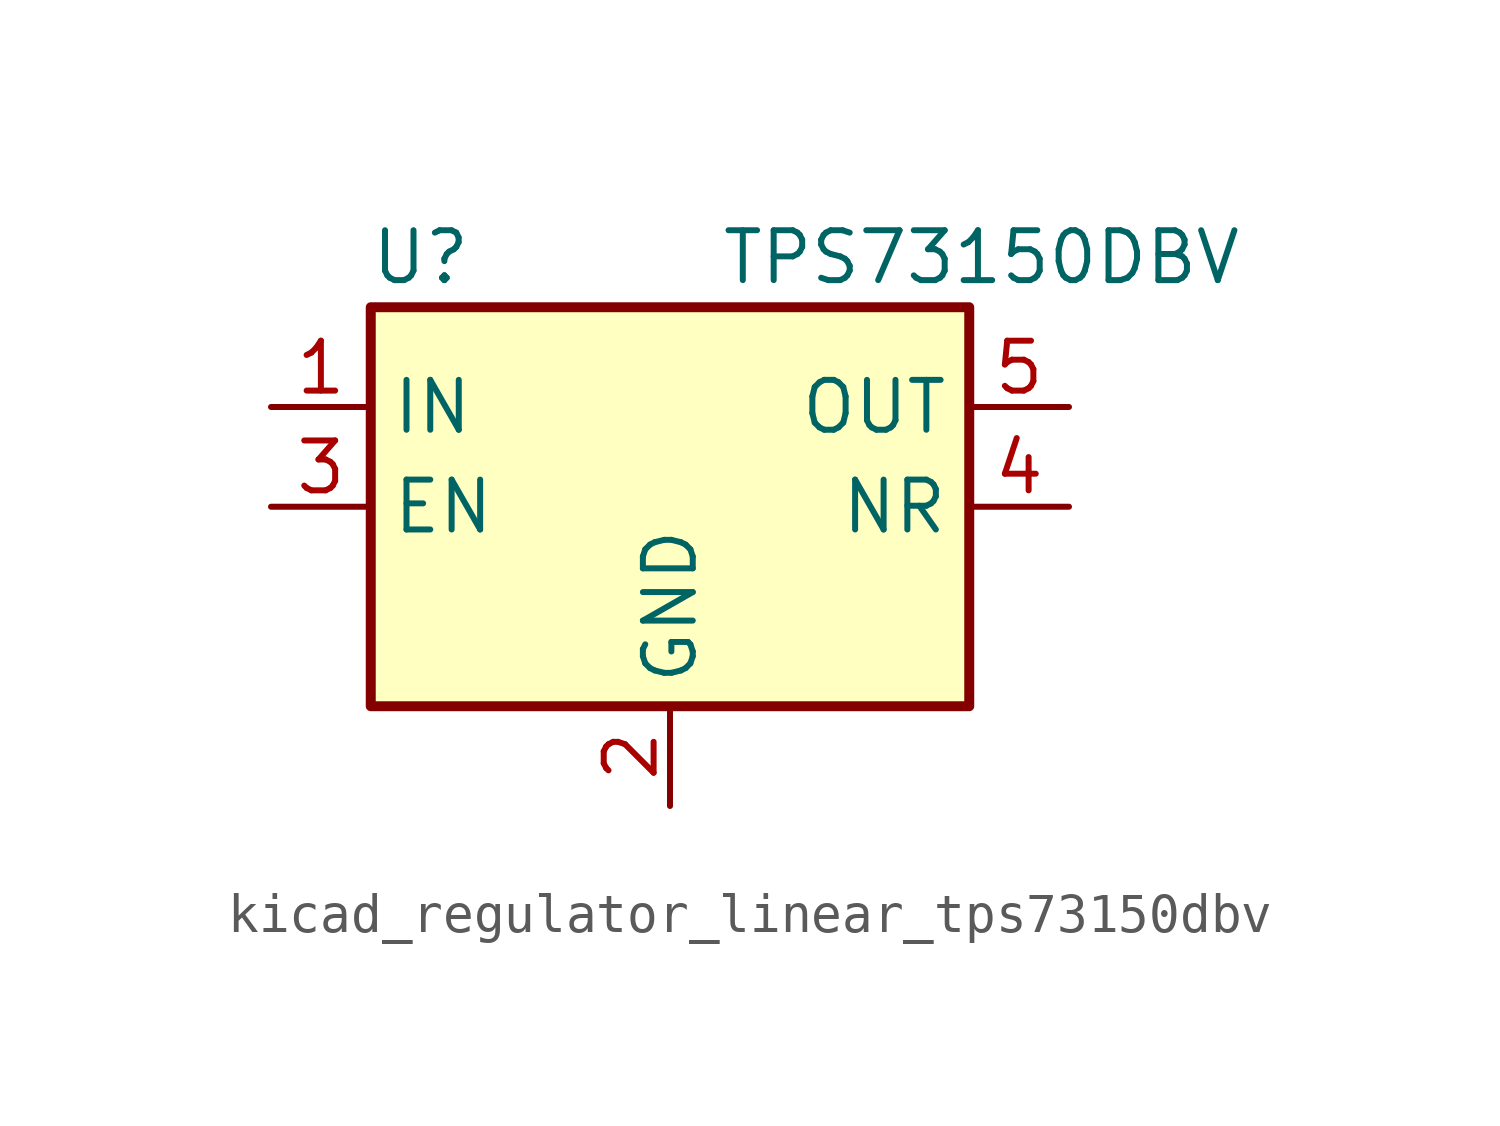
<source format=kicad_sym>
(kicad_symbol_lib
  (version 20220914)
  (generator kicad_symbol_editor)
  (symbol "kicad_regulator_linear_tps73150dbv"
    (property "Reference" "U"
      (at -6.35 6.35 0)
      (effects (font (size 1.27 1.27))))
    (property "Value" "TPS73150DBV"
      (at 1.27 6.35 0)
      (effects (font (size 1.27 1.27)) (justify left)))
    (symbol "kicad_regulator_linear_tps73150dbv_0_1"
      (rectangle (start -7.62 -5.08) (end 7.62 5.08) (stroke (width 0.254) (type default)) (fill (type background))))
    (symbol "kicad_regulator_linear_tps73150dbv_1_1"
      (pin power_in line (at -10.16 2.54 0) (length 2.54) (name "IN" (effects (font (size 1.27 1.27)))) (number "1" (effects (font (size 1.27 1.27)))))
      (pin power_in line (at 0 -7.62 90) (length 2.54) (name "GND" (effects (font (size 1.27 1.27)))) (number "2" (effects (font (size 1.27 1.27)))))
      (pin input line (at -10.16 0 0) (length 2.54) (name "EN" (effects (font (size 1.27 1.27)))) (number "3" (effects (font (size 1.27 1.27)))))
      (pin passive line (at 10.16 0 180) (length 2.54) (name "NR" (effects (font (size 1.27 1.27)))) (number "4" (effects (font (size 1.27 1.27)))))
      (pin power_out line (at 10.16 2.54 180) (length 2.54) (name "OUT" (effects (font (size 1.27 1.27)))) (number "5" (effects (font (size 1.27 1.27))))))))
</source>
